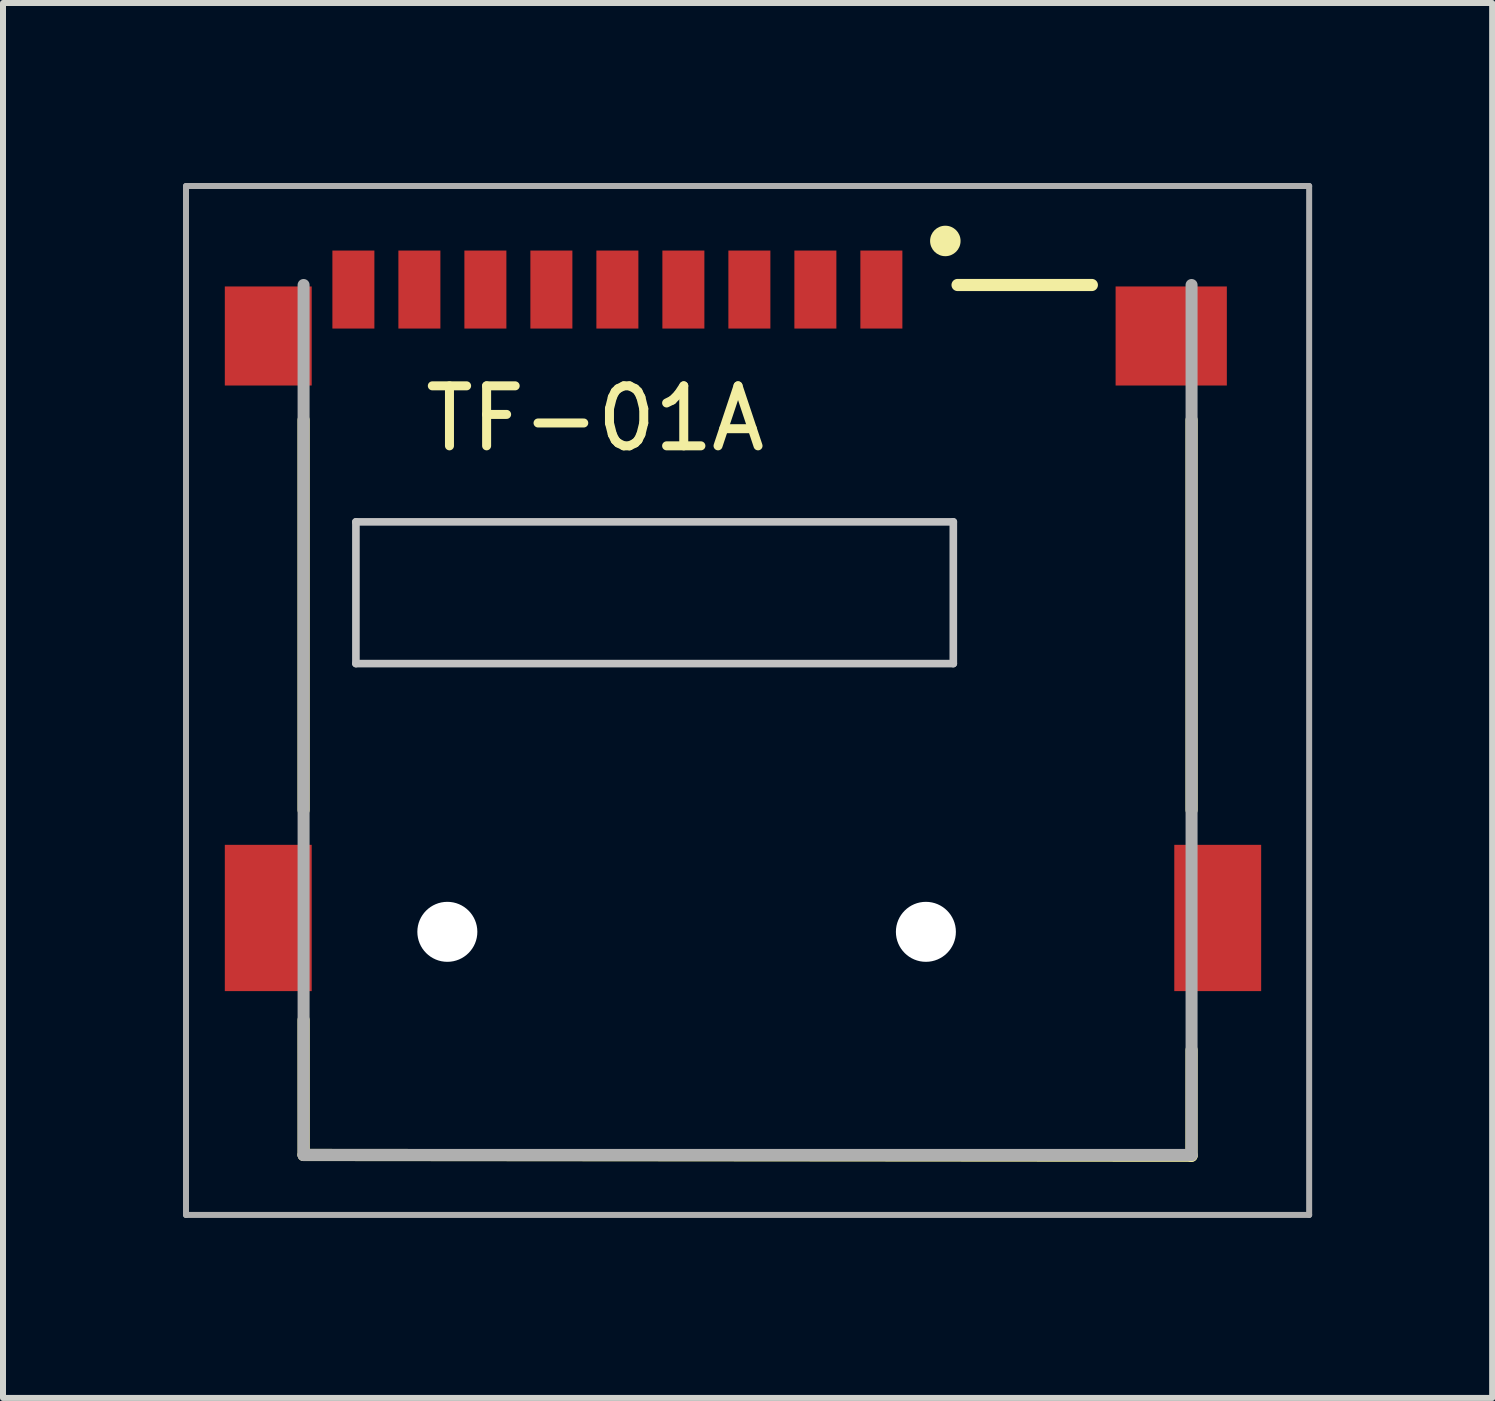
<source format=kicad_pcb>
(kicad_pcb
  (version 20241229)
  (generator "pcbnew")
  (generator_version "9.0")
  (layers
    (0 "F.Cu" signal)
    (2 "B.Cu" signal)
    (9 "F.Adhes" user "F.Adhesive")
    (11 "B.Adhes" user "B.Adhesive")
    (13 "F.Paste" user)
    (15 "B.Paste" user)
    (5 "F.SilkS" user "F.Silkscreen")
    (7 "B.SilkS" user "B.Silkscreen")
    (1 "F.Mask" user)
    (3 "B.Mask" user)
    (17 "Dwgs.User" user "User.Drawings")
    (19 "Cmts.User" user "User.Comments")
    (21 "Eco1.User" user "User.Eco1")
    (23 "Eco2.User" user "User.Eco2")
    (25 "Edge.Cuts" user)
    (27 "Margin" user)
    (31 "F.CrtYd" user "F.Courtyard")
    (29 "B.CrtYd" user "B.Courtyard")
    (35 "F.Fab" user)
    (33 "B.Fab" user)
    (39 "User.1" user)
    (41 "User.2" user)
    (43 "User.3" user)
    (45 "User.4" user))
  (footprint "TF-01A"
    (layer "F.Cu")
    (at 9.41 8.95)
    (property "Reference" "TF-01A" (at -2.54 -5.024 0) (layer "F.SilkS") (effects (font (size 1 1) (thickness 0.15))))
    (attr smd)
    (fp_line (start -7.4 -5) (end -7.4 1.5) (stroke (width 0.203) (type solid)) (layer "F.SilkS"))
    (fp_line (start -7.4 5) (end -7.399 7.25) (stroke (width 0.203) (type solid)) (layer "F.SilkS"))
    (fp_line (start -7.399 7.25) (end 7.399 7.263) (stroke (width 0.203) (type solid)) (layer "F.SilkS"))
    (fp_line (start 3.5 -7.25) (end 5.738 -7.25) (stroke (width 0.203) (type solid)) (layer "F.SilkS"))
    (fp_line (start 7.399 7.263) (end 7.4 5.5) (stroke (width 0.203) (type solid)) (layer "F.SilkS"))
    (fp_line (start 7.4 1.5) (end 7.4 -5) (stroke (width 0.203) (type solid)) (layer "F.SilkS"))
    (fp_circle (center 3.296 -7.984) (end 3.55 -7.984) (stroke (width 0) (type solid)) (fill yes) (layer "F.SilkS"))
    (fp_line (start -6.528 -3.302) (end -6.528 -0.94) (stroke (width 0.127) (type solid)) (layer "Dwgs.User"))
    (fp_line (start -6.528 -0.94) (end 3.429 -0.94) (stroke (width 0.127) (type solid)) (layer "Dwgs.User"))
    (fp_line (start 3.429 -3.302) (end -6.528 -3.302) (stroke (width 0.127) (type solid)) (layer "Dwgs.User"))
    (fp_line (start 3.429 -0.94) (end 3.429 -3.302) (stroke (width 0.127) (type solid)) (layer "Dwgs.User"))
    (fp_line (start -9.36 -8.9) (end 9.36 -8.9) (stroke (width 0.1) (type solid)) (layer "F.Fab"))
    (fp_line (start -9.36 8.25) (end -9.36 -8.9) (stroke (width 0.1) (type solid)) (layer "F.Fab"))
    (fp_line (start -7.4 7.25) (end -7.4 -7.25) (stroke (width 0.2) (type solid)) (layer "F.Fab"))
    (fp_line (start 7.4 -7.25) (end 7.4 7.25) (stroke (width 0.2) (type solid)) (layer "F.Fab"))
    (fp_line (start 7.4 7.25) (end -7.4 7.25) (stroke (width 0.2) (type solid)) (layer "F.Fab"))
    (fp_line (start 9.36 -8.9) (end 9.36 8.25) (stroke (width 0.1) (type solid)) (layer "F.Fab"))
    (fp_line (start 9.36 8.25) (end -9.36 8.25) (stroke (width 0.1) (type solid)) (layer "F.Fab"))
    (pad "" np_thru_hole circle (at -5.004 3.531) (size 1 1) (drill 1) (layers "*.Cu" "*.Mask"))
    (pad "" np_thru_hole circle (at 2.972 3.531) (size 1 1) (drill 1) (layers "*.Cu" "*.Mask"))
    (pad "1" smd rect (at 2.23 -7.174) (size 0.7 1.3) (layers "F.Cu" "F.Mask" "F.Paste"))
    (pad "2" smd rect (at 1.13 -7.174) (size 0.7 1.3) (layers "F.Cu" "F.Mask" "F.Paste"))
    (pad "3" smd rect (at 0.03 -7.174) (size 0.7 1.3) (layers "F.Cu" "F.Mask" "F.Paste"))
    (pad "4" smd rect (at -1.07 -7.174) (size 0.7 1.3) (layers "F.Cu" "F.Mask" "F.Paste"))
    (pad "5" smd rect (at -2.17 -7.174) (size 0.7 1.3) (layers "F.Cu" "F.Mask" "F.Paste"))
    (pad "6" smd rect (at -3.27 -7.174) (size 0.7 1.3) (layers "F.Cu" "F.Mask" "F.Paste"))
    (pad "7" smd rect (at -4.37 -7.174) (size 0.7 1.3) (layers "F.Cu" "F.Mask" "F.Paste"))
    (pad "8" smd rect (at -5.47 -7.174) (size 0.7 1.3) (layers "F.Cu" "F.Mask" "F.Paste"))
    (pad "9" smd rect (at -7.989 -6.4) (size 1.448 1.651) (layers "F.Cu" "F.Mask" "F.Paste"))
    (pad "9" smd rect (at -7.989 3.3) (size 1.448 2.438) (layers "F.Cu" "F.Mask" "F.Paste"))
    (pad "9" smd rect (at 7.061 -6.4) (size 1.854 1.651) (layers "F.Cu" "F.Mask" "F.Paste"))
    (pad "9" smd rect (at 7.836 3.3) (size 1.448 2.438) (layers "F.Cu" "F.Mask" "F.Paste"))
    (pad "CD1" smd rect (at -6.57 -7.174) (size 0.7 1.3) (layers "F.Cu" "F.Mask" "F.Paste")))
  (gr_rect
    (start -3 -3)
    (end 21.82 20.25)
    (stroke (width 0.1) (type default))
    (fill no)
    (layer "Edge.Cuts")))
</source>
